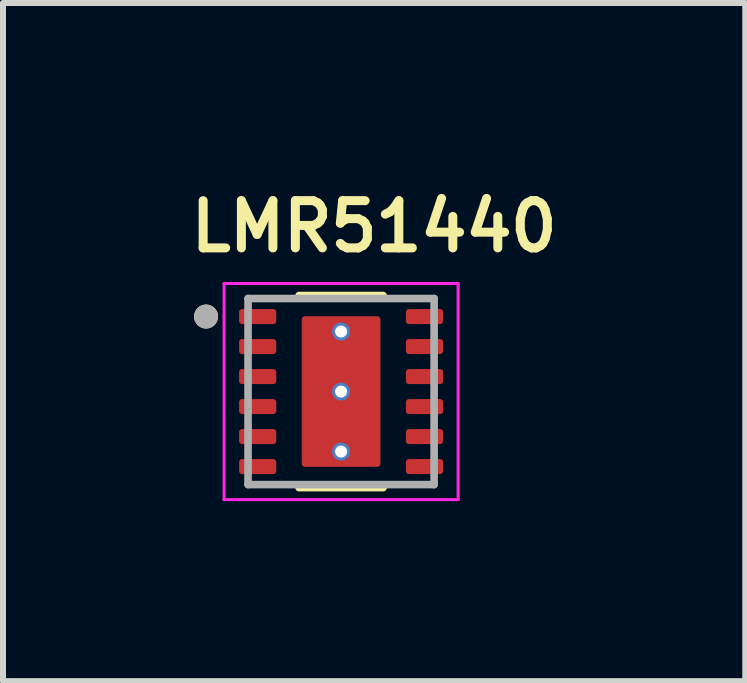
<source format=kicad_pcb>
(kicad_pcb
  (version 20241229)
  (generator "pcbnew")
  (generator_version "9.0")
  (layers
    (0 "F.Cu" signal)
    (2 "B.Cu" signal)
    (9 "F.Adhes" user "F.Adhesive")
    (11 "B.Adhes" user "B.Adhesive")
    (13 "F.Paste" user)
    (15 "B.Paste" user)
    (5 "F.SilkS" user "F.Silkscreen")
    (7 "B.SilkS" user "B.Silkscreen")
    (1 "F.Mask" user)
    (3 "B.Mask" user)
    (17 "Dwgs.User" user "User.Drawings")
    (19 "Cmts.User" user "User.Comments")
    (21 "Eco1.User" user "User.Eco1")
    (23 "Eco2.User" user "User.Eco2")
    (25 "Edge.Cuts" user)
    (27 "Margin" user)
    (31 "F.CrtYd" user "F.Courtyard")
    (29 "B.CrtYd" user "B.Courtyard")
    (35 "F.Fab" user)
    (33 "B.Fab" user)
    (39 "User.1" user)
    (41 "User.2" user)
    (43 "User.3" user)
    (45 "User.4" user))
  (footprint "LMR51440"
    (layer "F.Cu")
    (at 2.633 3.474)
    (property "Reference" "LMR51440" (at 0.55 -2.75 0) (layer "F.SilkS") (effects (font (size 0.787 0.787) (thickness 0.15))))
    (attr smd)
    (fp_poly (pts (xy -1.645 -0.94) (xy -1.135 -0.94) (xy -1.129 -0.94) (xy -1.122 -0.939) (xy -1.116 -0.939) (xy -1.11 -0.937) (xy -1.104 -0.936) (xy -1.098 -0.934) (xy -1.092 -0.932) (xy -1.086 -0.93) (xy -1.081 -0.927) (xy -1.075 -0.924) (xy -1.07 -0.921) (xy -1.064 -0.917) (xy -1.059 -0.913) (xy -1.055 -0.909) (xy -1.05 -0.905) (xy -1.046 -0.9) (xy -1.042 -0.896) (xy -1.038 -0.891) (xy -1.034 -0.885) (xy -1.031 -0.88) (xy -1.028 -0.874) (xy -1.025 -0.869) (xy -1.023 -0.863) (xy -1.021 -0.857) (xy -1.019 -0.851) (xy -1.018 -0.845) (xy -1.016 -0.839) (xy -1.016 -0.833) (xy -1.015 -0.826) (xy -1.015 -0.82) (xy -1.015 -0.68) (xy -1.015 -0.674) (xy -1.016 -0.667) (xy -1.016 -0.661) (xy -1.018 -0.655) (xy -1.019 -0.649) (xy -1.021 -0.643) (xy -1.023 -0.637) (xy -1.025 -0.631) (xy -1.028 -0.626) (xy -1.031 -0.62) (xy -1.034 -0.615) (xy -1.038 -0.609) (xy -1.042 -0.604) (xy -1.046 -0.6) (xy -1.05 -0.595) (xy -1.055 -0.591) (xy -1.059 -0.587) (xy -1.064 -0.583) (xy -1.07 -0.579) (xy -1.075 -0.576) (xy -1.081 -0.573) (xy -1.086 -0.57) (xy -1.092 -0.568) (xy -1.098 -0.566) (xy -1.104 -0.564) (xy -1.11 -0.563) (xy -1.116 -0.561) (xy -1.122 -0.561) (xy -1.129 -0.56) (xy -1.135 -0.56) (xy -1.645 -0.56) (xy -1.651 -0.56) (xy -1.658 -0.561) (xy -1.664 -0.561) (xy -1.67 -0.563) (xy -1.676 -0.564) (xy -1.682 -0.566) (xy -1.688 -0.568) (xy -1.694 -0.57) (xy -1.699 -0.573) (xy -1.705 -0.576) (xy -1.71 -0.579) (xy -1.716 -0.583) (xy -1.721 -0.587) (xy -1.725 -0.591) (xy -1.73 -0.595) (xy -1.734 -0.6) (xy -1.738 -0.604) (xy -1.742 -0.609) (xy -1.746 -0.615) (xy -1.749 -0.62) (xy -1.752 -0.626) (xy -1.755 -0.631) (xy -1.757 -0.637) (xy -1.759 -0.643) (xy -1.761 -0.649) (xy -1.762 -0.655) (xy -1.764 -0.661) (xy -1.764 -0.667) (xy -1.765 -0.674) (xy -1.765 -0.68) (xy -1.765 -0.82) (xy -1.765 -0.826) (xy -1.764 -0.833) (xy -1.764 -0.839) (xy -1.762 -0.845) (xy -1.761 -0.851) (xy -1.759 -0.857) (xy -1.757 -0.863) (xy -1.755 -0.869) (xy -1.752 -0.874) (xy -1.749 -0.88) (xy -1.746 -0.885) (xy -1.742 -0.891) (xy -1.738 -0.896) (xy -1.734 -0.9) (xy -1.73 -0.905) (xy -1.725 -0.909) (xy -1.721 -0.913) (xy -1.716 -0.917) (xy -1.71 -0.921) (xy -1.705 -0.924) (xy -1.699 -0.927) (xy -1.694 -0.93) (xy -1.688 -0.932) (xy -1.682 -0.934) (xy -1.676 -0.936) (xy -1.67 -0.937) (xy -1.664 -0.939) (xy -1.658 -0.939) (xy -1.651 -0.94) (xy -1.645 -0.94)) (stroke (width 0.01) (type solid)) (fill yes) (layer "F.Mask"))
    (fp_poly (pts (xy -1.645 -0.44) (xy -1.135 -0.44) (xy -1.129 -0.44) (xy -1.122 -0.439) (xy -1.116 -0.439) (xy -1.11 -0.437) (xy -1.104 -0.436) (xy -1.098 -0.434) (xy -1.092 -0.432) (xy -1.086 -0.43) (xy -1.081 -0.427) (xy -1.075 -0.424) (xy -1.07 -0.421) (xy -1.064 -0.417) (xy -1.059 -0.413) (xy -1.055 -0.409) (xy -1.05 -0.405) (xy -1.046 -0.4) (xy -1.042 -0.396) (xy -1.038 -0.391) (xy -1.034 -0.385) (xy -1.031 -0.38) (xy -1.028 -0.374) (xy -1.025 -0.369) (xy -1.023 -0.363) (xy -1.021 -0.357) (xy -1.019 -0.351) (xy -1.018 -0.345) (xy -1.016 -0.339) (xy -1.016 -0.333) (xy -1.015 -0.326) (xy -1.015 -0.32) (xy -1.015 -0.18) (xy -1.015 -0.174) (xy -1.016 -0.167) (xy -1.016 -0.161) (xy -1.018 -0.155) (xy -1.019 -0.149) (xy -1.021 -0.143) (xy -1.023 -0.137) (xy -1.025 -0.131) (xy -1.028 -0.126) (xy -1.031 -0.12) (xy -1.034 -0.115) (xy -1.038 -0.109) (xy -1.042 -0.104) (xy -1.046 -0.1) (xy -1.05 -0.095) (xy -1.055 -0.091) (xy -1.059 -0.087) (xy -1.064 -0.083) (xy -1.07 -0.079) (xy -1.075 -0.076) (xy -1.081 -0.073) (xy -1.086 -0.07) (xy -1.092 -0.068) (xy -1.098 -0.066) (xy -1.104 -0.064) (xy -1.11 -0.063) (xy -1.116 -0.061) (xy -1.122 -0.061) (xy -1.129 -0.06) (xy -1.135 -0.06) (xy -1.645 -0.06) (xy -1.651 -0.06) (xy -1.658 -0.061) (xy -1.664 -0.061) (xy -1.67 -0.063) (xy -1.676 -0.064) (xy -1.682 -0.066) (xy -1.688 -0.068) (xy -1.694 -0.07) (xy -1.699 -0.073) (xy -1.705 -0.076) (xy -1.71 -0.079) (xy -1.716 -0.083) (xy -1.721 -0.087) (xy -1.725 -0.091) (xy -1.73 -0.095) (xy -1.734 -0.1) (xy -1.738 -0.104) (xy -1.742 -0.109) (xy -1.746 -0.115) (xy -1.749 -0.12) (xy -1.752 -0.126) (xy -1.755 -0.131) (xy -1.757 -0.137) (xy -1.759 -0.143) (xy -1.761 -0.149) (xy -1.762 -0.155) (xy -1.764 -0.161) (xy -1.764 -0.167) (xy -1.765 -0.174) (xy -1.765 -0.18) (xy -1.765 -0.32) (xy -1.765 -0.326) (xy -1.764 -0.333) (xy -1.764 -0.339) (xy -1.762 -0.345) (xy -1.761 -0.351) (xy -1.759 -0.357) (xy -1.757 -0.363) (xy -1.755 -0.369) (xy -1.752 -0.374) (xy -1.749 -0.38) (xy -1.746 -0.385) (xy -1.742 -0.391) (xy -1.738 -0.396) (xy -1.734 -0.4) (xy -1.73 -0.405) (xy -1.725 -0.409) (xy -1.721 -0.413) (xy -1.716 -0.417) (xy -1.71 -0.421) (xy -1.705 -0.424) (xy -1.699 -0.427) (xy -1.694 -0.43) (xy -1.688 -0.432) (xy -1.682 -0.434) (xy -1.676 -0.436) (xy -1.67 -0.437) (xy -1.664 -0.439) (xy -1.658 -0.439) (xy -1.651 -0.44) (xy -1.645 -0.44)) (stroke (width 0.01) (type solid)) (fill yes) (layer "F.Mask"))
    (fp_poly (pts (xy -1.645 0.56) (xy -1.135 0.56) (xy -1.129 0.56) (xy -1.122 0.561) (xy -1.116 0.561) (xy -1.11 0.563) (xy -1.104 0.564) (xy -1.098 0.566) (xy -1.092 0.568) (xy -1.086 0.57) (xy -1.081 0.573) (xy -1.075 0.576) (xy -1.07 0.579) (xy -1.064 0.583) (xy -1.059 0.587) (xy -1.055 0.591) (xy -1.05 0.595) (xy -1.046 0.6) (xy -1.042 0.604) (xy -1.038 0.609) (xy -1.034 0.615) (xy -1.031 0.62) (xy -1.028 0.626) (xy -1.025 0.631) (xy -1.023 0.637) (xy -1.021 0.643) (xy -1.019 0.649) (xy -1.018 0.655) (xy -1.016 0.661) (xy -1.016 0.667) (xy -1.015 0.674) (xy -1.015 0.68) (xy -1.015 0.82) (xy -1.015 0.826) (xy -1.016 0.833) (xy -1.016 0.839) (xy -1.018 0.845) (xy -1.019 0.851) (xy -1.021 0.857) (xy -1.023 0.863) (xy -1.025 0.869) (xy -1.028 0.874) (xy -1.031 0.88) (xy -1.034 0.885) (xy -1.038 0.891) (xy -1.042 0.896) (xy -1.046 0.9) (xy -1.05 0.905) (xy -1.055 0.909) (xy -1.059 0.913) (xy -1.064 0.917) (xy -1.07 0.921) (xy -1.075 0.924) (xy -1.081 0.927) (xy -1.086 0.93) (xy -1.092 0.932) (xy -1.098 0.934) (xy -1.104 0.936) (xy -1.11 0.937) (xy -1.116 0.939) (xy -1.122 0.939) (xy -1.129 0.94) (xy -1.135 0.94) (xy -1.645 0.94) (xy -1.651 0.94) (xy -1.658 0.939) (xy -1.664 0.939) (xy -1.67 0.937) (xy -1.676 0.936) (xy -1.682 0.934) (xy -1.688 0.932) (xy -1.694 0.93) (xy -1.699 0.927) (xy -1.705 0.924) (xy -1.71 0.921) (xy -1.716 0.917) (xy -1.721 0.913) (xy -1.725 0.909) (xy -1.73 0.905) (xy -1.734 0.9) (xy -1.738 0.896) (xy -1.742 0.891) (xy -1.746 0.885) (xy -1.749 0.88) (xy -1.752 0.874) (xy -1.755 0.869) (xy -1.757 0.863) (xy -1.759 0.857) (xy -1.761 0.851) (xy -1.762 0.845) (xy -1.764 0.839) (xy -1.764 0.833) (xy -1.765 0.826) (xy -1.765 0.82) (xy -1.765 0.68) (xy -1.765 0.674) (xy -1.764 0.667) (xy -1.764 0.661) (xy -1.762 0.655) (xy -1.761 0.649) (xy -1.759 0.643) (xy -1.757 0.637) (xy -1.755 0.631) (xy -1.752 0.626) (xy -1.749 0.62) (xy -1.746 0.615) (xy -1.742 0.609) (xy -1.738 0.604) (xy -1.734 0.6) (xy -1.73 0.595) (xy -1.725 0.591) (xy -1.721 0.587) (xy -1.716 0.583) (xy -1.71 0.579) (xy -1.705 0.576) (xy -1.699 0.573) (xy -1.694 0.57) (xy -1.688 0.568) (xy -1.682 0.566) (xy -1.676 0.564) (xy -1.67 0.563) (xy -1.664 0.561) (xy -1.658 0.561) (xy -1.651 0.56) (xy -1.645 0.56)) (stroke (width 0.01) (type solid)) (fill yes) (layer "F.Mask"))
    (fp_poly (pts (xy -1.645 1.06) (xy -1.135 1.06) (xy -1.129 1.06) (xy -1.122 1.061) (xy -1.116 1.061) (xy -1.11 1.063) (xy -1.104 1.064) (xy -1.098 1.066) (xy -1.092 1.068) (xy -1.086 1.07) (xy -1.081 1.073) (xy -1.075 1.076) (xy -1.07 1.079) (xy -1.064 1.083) (xy -1.059 1.087) (xy -1.055 1.091) (xy -1.05 1.095) (xy -1.046 1.1) (xy -1.042 1.104) (xy -1.038 1.109) (xy -1.034 1.115) (xy -1.031 1.12) (xy -1.028 1.126) (xy -1.025 1.131) (xy -1.023 1.137) (xy -1.021 1.143) (xy -1.019 1.149) (xy -1.018 1.155) (xy -1.016 1.161) (xy -1.016 1.167) (xy -1.015 1.174) (xy -1.015 1.18) (xy -1.015 1.32) (xy -1.015 1.326) (xy -1.016 1.333) (xy -1.016 1.339) (xy -1.018 1.345) (xy -1.019 1.351) (xy -1.021 1.357) (xy -1.023 1.363) (xy -1.025 1.369) (xy -1.028 1.374) (xy -1.031 1.38) (xy -1.034 1.385) (xy -1.038 1.391) (xy -1.042 1.396) (xy -1.046 1.4) (xy -1.05 1.405) (xy -1.055 1.409) (xy -1.059 1.413) (xy -1.064 1.417) (xy -1.07 1.421) (xy -1.075 1.424) (xy -1.081 1.427) (xy -1.086 1.43) (xy -1.092 1.432) (xy -1.098 1.434) (xy -1.104 1.436) (xy -1.11 1.437) (xy -1.116 1.439) (xy -1.122 1.439) (xy -1.129 1.44) (xy -1.135 1.44) (xy -1.645 1.44) (xy -1.651 1.44) (xy -1.658 1.439) (xy -1.664 1.439) (xy -1.67 1.437) (xy -1.676 1.436) (xy -1.682 1.434) (xy -1.688 1.432) (xy -1.694 1.43) (xy -1.699 1.427) (xy -1.705 1.424) (xy -1.71 1.421) (xy -1.716 1.417) (xy -1.721 1.413) (xy -1.725 1.409) (xy -1.73 1.405) (xy -1.734 1.4) (xy -1.738 1.396) (xy -1.742 1.391) (xy -1.746 1.385) (xy -1.749 1.38) (xy -1.752 1.374) (xy -1.755 1.369) (xy -1.757 1.363) (xy -1.759 1.357) (xy -1.761 1.351) (xy -1.762 1.345) (xy -1.764 1.339) (xy -1.764 1.333) (xy -1.765 1.326) (xy -1.765 1.32) (xy -1.765 1.18) (xy -1.765 1.174) (xy -1.764 1.167) (xy -1.764 1.161) (xy -1.762 1.155) (xy -1.761 1.149) (xy -1.759 1.143) (xy -1.757 1.137) (xy -1.755 1.131) (xy -1.752 1.126) (xy -1.749 1.12) (xy -1.746 1.115) (xy -1.742 1.109) (xy -1.738 1.104) (xy -1.734 1.1) (xy -1.73 1.095) (xy -1.725 1.091) (xy -1.721 1.087) (xy -1.716 1.083) (xy -1.71 1.079) (xy -1.705 1.076) (xy -1.699 1.073) (xy -1.694 1.07) (xy -1.688 1.068) (xy -1.682 1.066) (xy -1.676 1.064) (xy -1.67 1.063) (xy -1.664 1.061) (xy -1.658 1.061) (xy -1.651 1.06) (xy -1.645 1.06)) (stroke (width 0.01) (type solid)) (fill yes) (layer "F.Mask"))
    (fp_poly (pts (xy -1.015 -1.32) (xy -1.015 -1.18) (xy -1.015 -1.174) (xy -1.016 -1.167) (xy -1.016 -1.161) (xy -1.018 -1.155) (xy -1.019 -1.149) (xy -1.021 -1.143) (xy -1.023 -1.137) (xy -1.025 -1.131) (xy -1.028 -1.126) (xy -1.031 -1.12) (xy -1.034 -1.115) (xy -1.038 -1.109) (xy -1.042 -1.104) (xy -1.046 -1.1) (xy -1.05 -1.095) (xy -1.055 -1.091) (xy -1.059 -1.087) (xy -1.064 -1.083) (xy -1.07 -1.079) (xy -1.075 -1.076) (xy -1.081 -1.073) (xy -1.086 -1.07) (xy -1.092 -1.068) (xy -1.098 -1.066) (xy -1.104 -1.064) (xy -1.11 -1.063) (xy -1.116 -1.061) (xy -1.122 -1.061) (xy -1.129 -1.06) (xy -1.135 -1.06) (xy -1.645 -1.06) (xy -1.651 -1.06) (xy -1.658 -1.061) (xy -1.664 -1.061) (xy -1.67 -1.063) (xy -1.676 -1.064) (xy -1.682 -1.066) (xy -1.688 -1.068) (xy -1.694 -1.07) (xy -1.699 -1.073) (xy -1.705 -1.076) (xy -1.71 -1.079) (xy -1.716 -1.083) (xy -1.721 -1.087) (xy -1.725 -1.091) (xy -1.73 -1.095) (xy -1.734 -1.1) (xy -1.738 -1.104) (xy -1.742 -1.109) (xy -1.746 -1.115) (xy -1.749 -1.12) (xy -1.752 -1.126) (xy -1.755 -1.131) (xy -1.757 -1.137) (xy -1.759 -1.143) (xy -1.761 -1.149) (xy -1.762 -1.155) (xy -1.764 -1.161) (xy -1.764 -1.167) (xy -1.765 -1.174) (xy -1.765 -1.18) (xy -1.765 -1.32) (xy -1.765 -1.326) (xy -1.764 -1.333) (xy -1.764 -1.339) (xy -1.762 -1.345) (xy -1.761 -1.351) (xy -1.759 -1.357) (xy -1.757 -1.363) (xy -1.755 -1.369) (xy -1.752 -1.374) (xy -1.749 -1.38) (xy -1.746 -1.385) (xy -1.742 -1.391) (xy -1.738 -1.396) (xy -1.734 -1.4) (xy -1.73 -1.405) (xy -1.725 -1.409) (xy -1.721 -1.413) (xy -1.716 -1.417) (xy -1.71 -1.421) (xy -1.705 -1.424) (xy -1.699 -1.427) (xy -1.694 -1.43) (xy -1.688 -1.432) (xy -1.682 -1.434) (xy -1.676 -1.436) (xy -1.67 -1.437) (xy -1.664 -1.439) (xy -1.658 -1.439) (xy -1.651 -1.44) (xy -1.645 -1.44) (xy -1.135 -1.44) (xy -1.129 -1.44) (xy -1.122 -1.439) (xy -1.116 -1.439) (xy -1.11 -1.437) (xy -1.104 -1.436) (xy -1.098 -1.434) (xy -1.092 -1.432) (xy -1.086 -1.43) (xy -1.081 -1.427) (xy -1.075 -1.424) (xy -1.07 -1.421) (xy -1.064 -1.417) (xy -1.059 -1.413) (xy -1.055 -1.409) (xy -1.05 -1.405) (xy -1.046 -1.4) (xy -1.042 -1.396) (xy -1.038 -1.391) (xy -1.034 -1.385) (xy -1.031 -1.38) (xy -1.028 -1.374) (xy -1.025 -1.369) (xy -1.023 -1.363) (xy -1.021 -1.357) (xy -1.019 -1.351) (xy -1.018 -1.345) (xy -1.016 -1.339) (xy -1.016 -1.333) (xy -1.015 -1.326) (xy -1.015 -1.32)) (stroke (width 0.01) (type solid)) (fill yes) (layer "F.Mask"))
    (fp_poly (pts (xy -1.015 0.18) (xy -1.015 0.32) (xy -1.015 0.326) (xy -1.016 0.333) (xy -1.016 0.339) (xy -1.018 0.345) (xy -1.019 0.351) (xy -1.021 0.357) (xy -1.023 0.363) (xy -1.025 0.369) (xy -1.028 0.374) (xy -1.031 0.38) (xy -1.034 0.385) (xy -1.038 0.391) (xy -1.042 0.396) (xy -1.046 0.4) (xy -1.05 0.405) (xy -1.055 0.409) (xy -1.059 0.413) (xy -1.064 0.417) (xy -1.07 0.421) (xy -1.075 0.424) (xy -1.081 0.427) (xy -1.086 0.43) (xy -1.092 0.432) (xy -1.098 0.434) (xy -1.104 0.436) (xy -1.11 0.437) (xy -1.116 0.439) (xy -1.122 0.439) (xy -1.129 0.44) (xy -1.135 0.44) (xy -1.645 0.44) (xy -1.651 0.44) (xy -1.658 0.439) (xy -1.664 0.439) (xy -1.67 0.437) (xy -1.676 0.436) (xy -1.682 0.434) (xy -1.688 0.432) (xy -1.694 0.43) (xy -1.699 0.427) (xy -1.705 0.424) (xy -1.71 0.421) (xy -1.716 0.417) (xy -1.721 0.413) (xy -1.725 0.409) (xy -1.73 0.405) (xy -1.734 0.4) (xy -1.738 0.396) (xy -1.742 0.391) (xy -1.746 0.385) (xy -1.749 0.38) (xy -1.752 0.374) (xy -1.755 0.369) (xy -1.757 0.363) (xy -1.759 0.357) (xy -1.761 0.351) (xy -1.762 0.345) (xy -1.764 0.339) (xy -1.764 0.333) (xy -1.765 0.326) (xy -1.765 0.32) (xy -1.765 0.18) (xy -1.765 0.174) (xy -1.764 0.167) (xy -1.764 0.161) (xy -1.762 0.155) (xy -1.761 0.149) (xy -1.759 0.143) (xy -1.757 0.137) (xy -1.755 0.131) (xy -1.752 0.126) (xy -1.749 0.12) (xy -1.746 0.115) (xy -1.742 0.109) (xy -1.738 0.104) (xy -1.734 0.1) (xy -1.73 0.095) (xy -1.725 0.091) (xy -1.721 0.087) (xy -1.716 0.083) (xy -1.71 0.079) (xy -1.705 0.076) (xy -1.699 0.073) (xy -1.694 0.07) (xy -1.688 0.068) (xy -1.682 0.066) (xy -1.676 0.064) (xy -1.67 0.063) (xy -1.664 0.061) (xy -1.658 0.061) (xy -1.651 0.06) (xy -1.645 0.06) (xy -1.135 0.06) (xy -1.129 0.06) (xy -1.122 0.061) (xy -1.116 0.061) (xy -1.11 0.063) (xy -1.104 0.064) (xy -1.098 0.066) (xy -1.092 0.068) (xy -1.086 0.07) (xy -1.081 0.073) (xy -1.075 0.076) (xy -1.07 0.079) (xy -1.064 0.083) (xy -1.059 0.087) (xy -1.055 0.091) (xy -1.05 0.095) (xy -1.046 0.1) (xy -1.042 0.104) (xy -1.038 0.109) (xy -1.034 0.115) (xy -1.031 0.12) (xy -1.028 0.126) (xy -1.025 0.131) (xy -1.023 0.137) (xy -1.021 0.143) (xy -1.019 0.149) (xy -1.018 0.155) (xy -1.016 0.161) (xy -1.016 0.167) (xy -1.015 0.174) (xy -1.015 0.18)) (stroke (width 0.01) (type solid)) (fill yes) (layer "F.Mask"))
    (fp_poly (pts (xy -0.6 -1.32) (xy -0.606 -1.32) (xy -0.613 -1.319) (xy -0.619 -1.319) (xy -0.625 -1.317) (xy -0.631 -1.316) (xy -0.637 -1.314) (xy -0.643 -1.312) (xy -0.649 -1.31) (xy -0.654 -1.307) (xy -0.66 -1.304) (xy -0.665 -1.301) (xy -0.671 -1.297) (xy -0.676 -1.293) (xy -0.68 -1.289) (xy -0.685 -1.285) (xy -0.689 -1.28) (xy -0.693 -1.276) (xy -0.697 -1.271) (xy -0.701 -1.265) (xy -0.704 -1.26) (xy -0.707 -1.254) (xy -0.71 -1.249) (xy -0.712 -1.243) (xy -0.714 -1.237) (xy -0.716 -1.231) (xy -0.717 -1.225) (xy -0.719 -1.219) (xy -0.719 -1.213) (xy -0.72 -1.206) (xy -0.72 -1.2) (xy -0.72 1.2) (xy -0.72 1.206) (xy -0.719 1.213) (xy -0.719 1.219) (xy -0.717 1.225) (xy -0.716 1.231) (xy -0.714 1.237) (xy -0.712 1.243) (xy -0.71 1.249) (xy -0.707 1.254) (xy -0.704 1.26) (xy -0.701 1.265) (xy -0.697 1.271) (xy -0.693 1.276) (xy -0.689 1.28) (xy -0.685 1.285) (xy -0.68 1.289) (xy -0.676 1.293) (xy -0.671 1.297) (xy -0.665 1.301) (xy -0.66 1.304) (xy -0.654 1.307) (xy -0.649 1.31) (xy -0.643 1.312) (xy -0.637 1.314) (xy -0.631 1.316) (xy -0.625 1.317) (xy -0.619 1.319) (xy -0.613 1.319) (xy -0.606 1.32) (xy -0.6 1.32) (xy 0.6 1.32) (xy 0.606 1.32) (xy 0.613 1.319) (xy 0.619 1.319) (xy 0.625 1.317) (xy 0.631 1.316) (xy 0.637 1.314) (xy 0.643 1.312) (xy 0.649 1.31) (xy 0.654 1.307) (xy 0.66 1.304) (xy 0.665 1.301) (xy 0.671 1.297) (xy 0.676 1.293) (xy 0.68 1.289) (xy 0.685 1.285) (xy 0.689 1.28) (xy 0.693 1.276) (xy 0.697 1.271) (xy 0.701 1.265) (xy 0.704 1.26) (xy 0.707 1.254) (xy 0.71 1.249) (xy 0.712 1.243) (xy 0.714 1.237) (xy 0.716 1.231) (xy 0.717 1.225) (xy 0.719 1.219) (xy 0.719 1.213) (xy 0.72 1.206) (xy 0.72 1.2) (xy 0.72 -1.2) (xy 0.72 -1.206) (xy 0.719 -1.213) (xy 0.719 -1.219) (xy 0.717 -1.225) (xy 0.716 -1.231) (xy 0.714 -1.237) (xy 0.712 -1.243) (xy 0.71 -1.249) (xy 0.707 -1.254) (xy 0.704 -1.26) (xy 0.701 -1.265) (xy 0.697 -1.271) (xy 0.693 -1.276) (xy 0.689 -1.28) (xy 0.685 -1.285) (xy 0.68 -1.289) (xy 0.676 -1.293) (xy 0.671 -1.297) (xy 0.665 -1.301) (xy 0.66 -1.304) (xy 0.654 -1.307) (xy 0.649 -1.31) (xy 0.643 -1.312) (xy 0.637 -1.314) (xy 0.631 -1.316) (xy 0.625 -1.317) (xy 0.619 -1.319) (xy 0.613 -1.319) (xy 0.606 -1.32) (xy 0.6 -1.32) (xy -0.6 -1.32)) (stroke (width 0.01) (type solid)) (fill yes) (layer "F.Mask"))
    (fp_poly (pts (xy 1.015 -1.32) (xy 1.015 -1.18) (xy 1.015 -1.174) (xy 1.016 -1.167) (xy 1.016 -1.161) (xy 1.018 -1.155) (xy 1.019 -1.149) (xy 1.021 -1.143) (xy 1.023 -1.137) (xy 1.025 -1.131) (xy 1.028 -1.126) (xy 1.031 -1.12) (xy 1.034 -1.115) (xy 1.038 -1.109) (xy 1.042 -1.104) (xy 1.046 -1.1) (xy 1.05 -1.095) (xy 1.055 -1.091) (xy 1.059 -1.087) (xy 1.064 -1.083) (xy 1.07 -1.079) (xy 1.075 -1.076) (xy 1.081 -1.073) (xy 1.086 -1.07) (xy 1.092 -1.068) (xy 1.098 -1.066) (xy 1.104 -1.064) (xy 1.11 -1.063) (xy 1.116 -1.061) (xy 1.122 -1.061) (xy 1.129 -1.06) (xy 1.135 -1.06) (xy 1.645 -1.06) (xy 1.651 -1.06) (xy 1.658 -1.061) (xy 1.664 -1.061) (xy 1.67 -1.063) (xy 1.676 -1.064) (xy 1.682 -1.066) (xy 1.688 -1.068) (xy 1.694 -1.07) (xy 1.699 -1.073) (xy 1.705 -1.076) (xy 1.71 -1.079) (xy 1.716 -1.083) (xy 1.721 -1.087) (xy 1.725 -1.091) (xy 1.73 -1.095) (xy 1.734 -1.1) (xy 1.738 -1.104) (xy 1.742 -1.109) (xy 1.746 -1.115) (xy 1.749 -1.12) (xy 1.752 -1.126) (xy 1.755 -1.131) (xy 1.757 -1.137) (xy 1.759 -1.143) (xy 1.761 -1.149) (xy 1.762 -1.155) (xy 1.764 -1.161) (xy 1.764 -1.167) (xy 1.765 -1.174) (xy 1.765 -1.18) (xy 1.765 -1.32) (xy 1.765 -1.326) (xy 1.764 -1.333) (xy 1.764 -1.339) (xy 1.762 -1.345) (xy 1.761 -1.351) (xy 1.759 -1.357) (xy 1.757 -1.363) (xy 1.755 -1.369) (xy 1.752 -1.374) (xy 1.749 -1.38) (xy 1.746 -1.385) (xy 1.742 -1.391) (xy 1.738 -1.396) (xy 1.734 -1.4) (xy 1.73 -1.405) (xy 1.725 -1.409) (xy 1.721 -1.413) (xy 1.716 -1.417) (xy 1.71 -1.421) (xy 1.705 -1.424) (xy 1.699 -1.427) (xy 1.694 -1.43) (xy 1.688 -1.432) (xy 1.682 -1.434) (xy 1.676 -1.436) (xy 1.67 -1.437) (xy 1.664 -1.439) (xy 1.658 -1.439) (xy 1.651 -1.44) (xy 1.645 -1.44) (xy 1.135 -1.44) (xy 1.129 -1.44) (xy 1.122 -1.439) (xy 1.116 -1.439) (xy 1.11 -1.437) (xy 1.104 -1.436) (xy 1.098 -1.434) (xy 1.092 -1.432) (xy 1.086 -1.43) (xy 1.081 -1.427) (xy 1.075 -1.424) (xy 1.07 -1.421) (xy 1.064 -1.417) (xy 1.059 -1.413) (xy 1.055 -1.409) (xy 1.05 -1.405) (xy 1.046 -1.4) (xy 1.042 -1.396) (xy 1.038 -1.391) (xy 1.034 -1.385) (xy 1.031 -1.38) (xy 1.028 -1.374) (xy 1.025 -1.369) (xy 1.023 -1.363) (xy 1.021 -1.357) (xy 1.019 -1.351) (xy 1.018 -1.345) (xy 1.016 -1.339) (xy 1.016 -1.333) (xy 1.015 -1.326) (xy 1.015 -1.32)) (stroke (width 0.01) (type solid)) (fill yes) (layer "F.Mask"))
    (fp_poly (pts (xy 1.015 0.18) (xy 1.015 0.32) (xy 1.015 0.326) (xy 1.016 0.333) (xy 1.016 0.339) (xy 1.018 0.345) (xy 1.019 0.351) (xy 1.021 0.357) (xy 1.023 0.363) (xy 1.025 0.369) (xy 1.028 0.374) (xy 1.031 0.38) (xy 1.034 0.385) (xy 1.038 0.391) (xy 1.042 0.396) (xy 1.046 0.4) (xy 1.05 0.405) (xy 1.055 0.409) (xy 1.059 0.413) (xy 1.064 0.417) (xy 1.07 0.421) (xy 1.075 0.424) (xy 1.081 0.427) (xy 1.086 0.43) (xy 1.092 0.432) (xy 1.098 0.434) (xy 1.104 0.436) (xy 1.11 0.437) (xy 1.116 0.439) (xy 1.122 0.439) (xy 1.129 0.44) (xy 1.135 0.44) (xy 1.645 0.44) (xy 1.651 0.44) (xy 1.658 0.439) (xy 1.664 0.439) (xy 1.67 0.437) (xy 1.676 0.436) (xy 1.682 0.434) (xy 1.688 0.432) (xy 1.694 0.43) (xy 1.699 0.427) (xy 1.705 0.424) (xy 1.71 0.421) (xy 1.716 0.417) (xy 1.721 0.413) (xy 1.725 0.409) (xy 1.73 0.405) (xy 1.734 0.4) (xy 1.738 0.396) (xy 1.742 0.391) (xy 1.746 0.385) (xy 1.749 0.38) (xy 1.752 0.374) (xy 1.755 0.369) (xy 1.757 0.363) (xy 1.759 0.357) (xy 1.761 0.351) (xy 1.762 0.345) (xy 1.764 0.339) (xy 1.764 0.333) (xy 1.765 0.326) (xy 1.765 0.32) (xy 1.765 0.18) (xy 1.765 0.174) (xy 1.764 0.167) (xy 1.764 0.161) (xy 1.762 0.155) (xy 1.761 0.149) (xy 1.759 0.143) (xy 1.757 0.137) (xy 1.755 0.131) (xy 1.752 0.126) (xy 1.749 0.12) (xy 1.746 0.115) (xy 1.742 0.109) (xy 1.738 0.104) (xy 1.734 0.1) (xy 1.73 0.095) (xy 1.725 0.091) (xy 1.721 0.087) (xy 1.716 0.083) (xy 1.71 0.079) (xy 1.705 0.076) (xy 1.699 0.073) (xy 1.694 0.07) (xy 1.688 0.068) (xy 1.682 0.066) (xy 1.676 0.064) (xy 1.67 0.063) (xy 1.664 0.061) (xy 1.658 0.061) (xy 1.651 0.06) (xy 1.645 0.06) (xy 1.135 0.06) (xy 1.129 0.06) (xy 1.122 0.061) (xy 1.116 0.061) (xy 1.11 0.063) (xy 1.104 0.064) (xy 1.098 0.066) (xy 1.092 0.068) (xy 1.086 0.07) (xy 1.081 0.073) (xy 1.075 0.076) (xy 1.07 0.079) (xy 1.064 0.083) (xy 1.059 0.087) (xy 1.055 0.091) (xy 1.05 0.095) (xy 1.046 0.1) (xy 1.042 0.104) (xy 1.038 0.109) (xy 1.034 0.115) (xy 1.031 0.12) (xy 1.028 0.126) (xy 1.025 0.131) (xy 1.023 0.137) (xy 1.021 0.143) (xy 1.019 0.149) (xy 1.018 0.155) (xy 1.016 0.161) (xy 1.016 0.167) (xy 1.015 0.174) (xy 1.015 0.18)) (stroke (width 0.01) (type solid)) (fill yes) (layer "F.Mask"))
    (fp_poly (pts (xy 1.645 -0.94) (xy 1.135 -0.94) (xy 1.129 -0.94) (xy 1.122 -0.939) (xy 1.116 -0.939) (xy 1.11 -0.937) (xy 1.104 -0.936) (xy 1.098 -0.934) (xy 1.092 -0.932) (xy 1.086 -0.93) (xy 1.081 -0.927) (xy 1.075 -0.924) (xy 1.07 -0.921) (xy 1.064 -0.917) (xy 1.059 -0.913) (xy 1.055 -0.909) (xy 1.05 -0.905) (xy 1.046 -0.9) (xy 1.042 -0.896) (xy 1.038 -0.891) (xy 1.034 -0.885) (xy 1.031 -0.88) (xy 1.028 -0.874) (xy 1.025 -0.869) (xy 1.023 -0.863) (xy 1.021 -0.857) (xy 1.019 -0.851) (xy 1.018 -0.845) (xy 1.016 -0.839) (xy 1.016 -0.833) (xy 1.015 -0.826) (xy 1.015 -0.82) (xy 1.015 -0.68) (xy 1.015 -0.674) (xy 1.016 -0.667) (xy 1.016 -0.661) (xy 1.018 -0.655) (xy 1.019 -0.649) (xy 1.021 -0.643) (xy 1.023 -0.637) (xy 1.025 -0.631) (xy 1.028 -0.626) (xy 1.031 -0.62) (xy 1.034 -0.615) (xy 1.038 -0.609) (xy 1.042 -0.604) (xy 1.046 -0.6) (xy 1.05 -0.595) (xy 1.055 -0.591) (xy 1.059 -0.587) (xy 1.064 -0.583) (xy 1.07 -0.579) (xy 1.075 -0.576) (xy 1.081 -0.573) (xy 1.086 -0.57) (xy 1.092 -0.568) (xy 1.098 -0.566) (xy 1.104 -0.564) (xy 1.11 -0.563) (xy 1.116 -0.561) (xy 1.122 -0.561) (xy 1.129 -0.56) (xy 1.135 -0.56) (xy 1.645 -0.56) (xy 1.651 -0.56) (xy 1.658 -0.561) (xy 1.664 -0.561) (xy 1.67 -0.563) (xy 1.676 -0.564) (xy 1.682 -0.566) (xy 1.688 -0.568) (xy 1.694 -0.57) (xy 1.699 -0.573) (xy 1.705 -0.576) (xy 1.71 -0.579) (xy 1.716 -0.583) (xy 1.721 -0.587) (xy 1.725 -0.591) (xy 1.73 -0.595) (xy 1.734 -0.6) (xy 1.738 -0.604) (xy 1.742 -0.609) (xy 1.746 -0.615) (xy 1.749 -0.62) (xy 1.752 -0.626) (xy 1.755 -0.631) (xy 1.757 -0.637) (xy 1.759 -0.643) (xy 1.761 -0.649) (xy 1.762 -0.655) (xy 1.764 -0.661) (xy 1.764 -0.667) (xy 1.765 -0.674) (xy 1.765 -0.68) (xy 1.765 -0.82) (xy 1.765 -0.826) (xy 1.764 -0.833) (xy 1.764 -0.839) (xy 1.762 -0.845) (xy 1.761 -0.851) (xy 1.759 -0.857) (xy 1.757 -0.863) (xy 1.755 -0.869) (xy 1.752 -0.874) (xy 1.749 -0.88) (xy 1.746 -0.885) (xy 1.742 -0.891) (xy 1.738 -0.896) (xy 1.734 -0.9) (xy 1.73 -0.905) (xy 1.725 -0.909) (xy 1.721 -0.913) (xy 1.716 -0.917) (xy 1.71 -0.921) (xy 1.705 -0.924) (xy 1.699 -0.927) (xy 1.694 -0.93) (xy 1.688 -0.932) (xy 1.682 -0.934) (xy 1.676 -0.936) (xy 1.67 -0.937) (xy 1.664 -0.939) (xy 1.658 -0.939) (xy 1.651 -0.94) (xy 1.645 -0.94)) (stroke (width 0.01) (type solid)) (fill yes) (layer "F.Mask"))
    (fp_poly (pts (xy 1.645 -0.44) (xy 1.135 -0.44) (xy 1.129 -0.44) (xy 1.122 -0.439) (xy 1.116 -0.439) (xy 1.11 -0.437) (xy 1.104 -0.436) (xy 1.098 -0.434) (xy 1.092 -0.432) (xy 1.086 -0.43) (xy 1.081 -0.427) (xy 1.075 -0.424) (xy 1.07 -0.421) (xy 1.064 -0.417) (xy 1.059 -0.413) (xy 1.055 -0.409) (xy 1.05 -0.405) (xy 1.046 -0.4) (xy 1.042 -0.396) (xy 1.038 -0.391) (xy 1.034 -0.385) (xy 1.031 -0.38) (xy 1.028 -0.374) (xy 1.025 -0.369) (xy 1.023 -0.363) (xy 1.021 -0.357) (xy 1.019 -0.351) (xy 1.018 -0.345) (xy 1.016 -0.339) (xy 1.016 -0.333) (xy 1.015 -0.326) (xy 1.015 -0.32) (xy 1.015 -0.18) (xy 1.015 -0.174) (xy 1.016 -0.167) (xy 1.016 -0.161) (xy 1.018 -0.155) (xy 1.019 -0.149) (xy 1.021 -0.143) (xy 1.023 -0.137) (xy 1.025 -0.131) (xy 1.028 -0.126) (xy 1.031 -0.12) (xy 1.034 -0.115) (xy 1.038 -0.109) (xy 1.042 -0.104) (xy 1.046 -0.1) (xy 1.05 -0.095) (xy 1.055 -0.091) (xy 1.059 -0.087) (xy 1.064 -0.083) (xy 1.07 -0.079) (xy 1.075 -0.076) (xy 1.081 -0.073) (xy 1.086 -0.07) (xy 1.092 -0.068) (xy 1.098 -0.066) (xy 1.104 -0.064) (xy 1.11 -0.063) (xy 1.116 -0.061) (xy 1.122 -0.061) (xy 1.129 -0.06) (xy 1.135 -0.06) (xy 1.645 -0.06) (xy 1.651 -0.06) (xy 1.658 -0.061) (xy 1.664 -0.061) (xy 1.67 -0.063) (xy 1.676 -0.064) (xy 1.682 -0.066) (xy 1.688 -0.068) (xy 1.694 -0.07) (xy 1.699 -0.073) (xy 1.705 -0.076) (xy 1.71 -0.079) (xy 1.716 -0.083) (xy 1.721 -0.087) (xy 1.725 -0.091) (xy 1.73 -0.095) (xy 1.734 -0.1) (xy 1.738 -0.104) (xy 1.742 -0.109) (xy 1.746 -0.115) (xy 1.749 -0.12) (xy 1.752 -0.126) (xy 1.755 -0.131) (xy 1.757 -0.137) (xy 1.759 -0.143) (xy 1.761 -0.149) (xy 1.762 -0.155) (xy 1.764 -0.161) (xy 1.764 -0.167) (xy 1.765 -0.174) (xy 1.765 -0.18) (xy 1.765 -0.32) (xy 1.765 -0.326) (xy 1.764 -0.333) (xy 1.764 -0.339) (xy 1.762 -0.345) (xy 1.761 -0.351) (xy 1.759 -0.357) (xy 1.757 -0.363) (xy 1.755 -0.369) (xy 1.752 -0.374) (xy 1.749 -0.38) (xy 1.746 -0.385) (xy 1.742 -0.391) (xy 1.738 -0.396) (xy 1.734 -0.4) (xy 1.73 -0.405) (xy 1.725 -0.409) (xy 1.721 -0.413) (xy 1.716 -0.417) (xy 1.71 -0.421) (xy 1.705 -0.424) (xy 1.699 -0.427) (xy 1.694 -0.43) (xy 1.688 -0.432) (xy 1.682 -0.434) (xy 1.676 -0.436) (xy 1.67 -0.437) (xy 1.664 -0.439) (xy 1.658 -0.439) (xy 1.651 -0.44) (xy 1.645 -0.44)) (stroke (width 0.01) (type solid)) (fill yes) (layer "F.Mask"))
    (fp_poly (pts (xy 1.645 0.56) (xy 1.135 0.56) (xy 1.129 0.56) (xy 1.122 0.561) (xy 1.116 0.561) (xy 1.11 0.563) (xy 1.104 0.564) (xy 1.098 0.566) (xy 1.092 0.568) (xy 1.086 0.57) (xy 1.081 0.573) (xy 1.075 0.576) (xy 1.07 0.579) (xy 1.064 0.583) (xy 1.059 0.587) (xy 1.055 0.591) (xy 1.05 0.595) (xy 1.046 0.6) (xy 1.042 0.604) (xy 1.038 0.609) (xy 1.034 0.615) (xy 1.031 0.62) (xy 1.028 0.626) (xy 1.025 0.631) (xy 1.023 0.637) (xy 1.021 0.643) (xy 1.019 0.649) (xy 1.018 0.655) (xy 1.016 0.661) (xy 1.016 0.667) (xy 1.015 0.674) (xy 1.015 0.68) (xy 1.015 0.82) (xy 1.015 0.826) (xy 1.016 0.833) (xy 1.016 0.839) (xy 1.018 0.845) (xy 1.019 0.851) (xy 1.021 0.857) (xy 1.023 0.863) (xy 1.025 0.869) (xy 1.028 0.874) (xy 1.031 0.88) (xy 1.034 0.885) (xy 1.038 0.891) (xy 1.042 0.896) (xy 1.046 0.9) (xy 1.05 0.905) (xy 1.055 0.909) (xy 1.059 0.913) (xy 1.064 0.917) (xy 1.07 0.921) (xy 1.075 0.924) (xy 1.081 0.927) (xy 1.086 0.93) (xy 1.092 0.932) (xy 1.098 0.934) (xy 1.104 0.936) (xy 1.11 0.937) (xy 1.116 0.939) (xy 1.122 0.939) (xy 1.129 0.94) (xy 1.135 0.94) (xy 1.645 0.94) (xy 1.651 0.94) (xy 1.658 0.939) (xy 1.664 0.939) (xy 1.67 0.937) (xy 1.676 0.936) (xy 1.682 0.934) (xy 1.688 0.932) (xy 1.694 0.93) (xy 1.699 0.927) (xy 1.705 0.924) (xy 1.71 0.921) (xy 1.716 0.917) (xy 1.721 0.913) (xy 1.725 0.909) (xy 1.73 0.905) (xy 1.734 0.9) (xy 1.738 0.896) (xy 1.742 0.891) (xy 1.746 0.885) (xy 1.749 0.88) (xy 1.752 0.874) (xy 1.755 0.869) (xy 1.757 0.863) (xy 1.759 0.857) (xy 1.761 0.851) (xy 1.762 0.845) (xy 1.764 0.839) (xy 1.764 0.833) (xy 1.765 0.826) (xy 1.765 0.82) (xy 1.765 0.68) (xy 1.765 0.674) (xy 1.764 0.667) (xy 1.764 0.661) (xy 1.762 0.655) (xy 1.761 0.649) (xy 1.759 0.643) (xy 1.757 0.637) (xy 1.755 0.631) (xy 1.752 0.626) (xy 1.749 0.62) (xy 1.746 0.615) (xy 1.742 0.609) (xy 1.738 0.604) (xy 1.734 0.6) (xy 1.73 0.595) (xy 1.725 0.591) (xy 1.721 0.587) (xy 1.716 0.583) (xy 1.71 0.579) (xy 1.705 0.576) (xy 1.699 0.573) (xy 1.694 0.57) (xy 1.688 0.568) (xy 1.682 0.566) (xy 1.676 0.564) (xy 1.67 0.563) (xy 1.664 0.561) (xy 1.658 0.561) (xy 1.651 0.56) (xy 1.645 0.56)) (stroke (width 0.01) (type solid)) (fill yes) (layer "F.Mask"))
    (fp_poly (pts (xy 1.645 1.06) (xy 1.135 1.06) (xy 1.129 1.06) (xy 1.122 1.061) (xy 1.116 1.061) (xy 1.11 1.063) (xy 1.104 1.064) (xy 1.098 1.066) (xy 1.092 1.068) (xy 1.086 1.07) (xy 1.081 1.073) (xy 1.075 1.076) (xy 1.07 1.079) (xy 1.064 1.083) (xy 1.059 1.087) (xy 1.055 1.091) (xy 1.05 1.095) (xy 1.046 1.1) (xy 1.042 1.104) (xy 1.038 1.109) (xy 1.034 1.115) (xy 1.031 1.12) (xy 1.028 1.126) (xy 1.025 1.131) (xy 1.023 1.137) (xy 1.021 1.143) (xy 1.019 1.149) (xy 1.018 1.155) (xy 1.016 1.161) (xy 1.016 1.167) (xy 1.015 1.174) (xy 1.015 1.18) (xy 1.015 1.32) (xy 1.015 1.326) (xy 1.016 1.333) (xy 1.016 1.339) (xy 1.018 1.345) (xy 1.019 1.351) (xy 1.021 1.357) (xy 1.023 1.363) (xy 1.025 1.369) (xy 1.028 1.374) (xy 1.031 1.38) (xy 1.034 1.385) (xy 1.038 1.391) (xy 1.042 1.396) (xy 1.046 1.4) (xy 1.05 1.405) (xy 1.055 1.409) (xy 1.059 1.413) (xy 1.064 1.417) (xy 1.07 1.421) (xy 1.075 1.424) (xy 1.081 1.427) (xy 1.086 1.43) (xy 1.092 1.432) (xy 1.098 1.434) (xy 1.104 1.436) (xy 1.11 1.437) (xy 1.116 1.439) (xy 1.122 1.439) (xy 1.129 1.44) (xy 1.135 1.44) (xy 1.645 1.44) (xy 1.651 1.44) (xy 1.658 1.439) (xy 1.664 1.439) (xy 1.67 1.437) (xy 1.676 1.436) (xy 1.682 1.434) (xy 1.688 1.432) (xy 1.694 1.43) (xy 1.699 1.427) (xy 1.705 1.424) (xy 1.71 1.421) (xy 1.716 1.417) (xy 1.721 1.413) (xy 1.725 1.409) (xy 1.73 1.405) (xy 1.734 1.4) (xy 1.738 1.396) (xy 1.742 1.391) (xy 1.746 1.385) (xy 1.749 1.38) (xy 1.752 1.374) (xy 1.755 1.369) (xy 1.757 1.363) (xy 1.759 1.357) (xy 1.761 1.351) (xy 1.762 1.345) (xy 1.764 1.339) (xy 1.764 1.333) (xy 1.765 1.326) (xy 1.765 1.32) (xy 1.765 1.18) (xy 1.765 1.174) (xy 1.764 1.167) (xy 1.764 1.161) (xy 1.762 1.155) (xy 1.761 1.149) (xy 1.759 1.143) (xy 1.757 1.137) (xy 1.755 1.131) (xy 1.752 1.126) (xy 1.749 1.12) (xy 1.746 1.115) (xy 1.742 1.109) (xy 1.738 1.104) (xy 1.734 1.1) (xy 1.73 1.095) (xy 1.725 1.091) (xy 1.721 1.087) (xy 1.716 1.083) (xy 1.71 1.079) (xy 1.705 1.076) (xy 1.699 1.073) (xy 1.694 1.07) (xy 1.688 1.068) (xy 1.682 1.066) (xy 1.676 1.064) (xy 1.67 1.063) (xy 1.664 1.061) (xy 1.658 1.061) (xy 1.651 1.06) (xy 1.645 1.06)) (stroke (width 0.01) (type solid)) (fill yes) (layer "F.Mask"))
    (fp_line (start -0.7 -1.6) (end 0.7 -1.6) (stroke (width 0.127) (type solid)) (layer "F.SilkS"))
    (fp_line (start -0.7 1.6) (end 0.7 1.6) (stroke (width 0.127) (type solid)) (layer "F.SilkS"))
    (fp_circle (center -2.25 -1.25) (end -2.15 -1.25) (stroke (width 0.2) (type solid)) (fill no) (layer "F.SilkS"))
    (fp_poly (pts (xy -0.605 -0.15) (xy -0.605 -0.147) (xy -0.605 -0.145) (xy -0.604 -0.142) (xy -0.604 -0.14) (xy -0.603 -0.137) (xy -0.603 -0.135) (xy -0.602 -0.132) (xy -0.601 -0.13) (xy -0.6 -0.127) (xy -0.598 -0.125) (xy -0.597 -0.123) (xy -0.595 -0.121) (xy -0.594 -0.119) (xy -0.592 -0.117) (xy -0.59 -0.115) (xy -0.588 -0.113) (xy -0.586 -0.111) (xy -0.584 -0.11) (xy -0.582 -0.108) (xy -0.58 -0.107) (xy -0.578 -0.105) (xy -0.575 -0.104) (xy -0.573 -0.103) (xy -0.57 -0.102) (xy -0.568 -0.102) (xy -0.565 -0.101) (xy -0.563 -0.101) (xy -0.56 -0.1) (xy -0.558 -0.1) (xy -0.555 -0.1) (xy 0.555 -0.1) (xy 0.558 -0.1) (xy 0.56 -0.1) (xy 0.563 -0.101) (xy 0.565 -0.101) (xy 0.568 -0.102) (xy 0.57 -0.102) (xy 0.573 -0.103) (xy 0.575 -0.104) (xy 0.578 -0.105) (xy 0.58 -0.107) (xy 0.582 -0.108) (xy 0.584 -0.11) (xy 0.586 -0.111) (xy 0.588 -0.113) (xy 0.59 -0.115) (xy 0.592 -0.117) (xy 0.594 -0.119) (xy 0.595 -0.121) (xy 0.597 -0.123) (xy 0.598 -0.125) (xy 0.6 -0.127) (xy 0.601 -0.13) (xy 0.602 -0.132) (xy 0.603 -0.135) (xy 0.603 -0.137) (xy 0.604 -0.14) (xy 0.604 -0.142) (xy 0.605 -0.145) (xy 0.605 -0.147) (xy 0.605 -0.15) (xy 0.605 -1.15) (xy 0.605 -1.153) (xy 0.605 -1.155) (xy 0.604 -1.158) (xy 0.604 -1.16) (xy 0.603 -1.163) (xy 0.603 -1.165) (xy 0.602 -1.168) (xy 0.601 -1.17) (xy 0.6 -1.173) (xy 0.598 -1.175) (xy 0.597 -1.177) (xy 0.595 -1.179) (xy 0.594 -1.181) (xy 0.592 -1.183) (xy 0.59 -1.185) (xy 0.588 -1.187) (xy 0.586 -1.189) (xy 0.584 -1.19) (xy 0.582 -1.192) (xy 0.58 -1.193) (xy 0.578 -1.195) (xy 0.575 -1.196) (xy 0.573 -1.197) (xy 0.57 -1.198) (xy 0.568 -1.198) (xy 0.565 -1.199) (xy 0.563 -1.199) (xy 0.56 -1.2) (xy 0.558 -1.2) (xy 0.555 -1.2) (xy -0.555 -1.2) (xy -0.558 -1.2) (xy -0.56 -1.2) (xy -0.563 -1.199) (xy -0.565 -1.199) (xy -0.568 -1.198) (xy -0.57 -1.198) (xy -0.573 -1.197) (xy -0.575 -1.196) (xy -0.578 -1.195) (xy -0.58 -1.193) (xy -0.582 -1.192) (xy -0.584 -1.19) (xy -0.586 -1.189) (xy -0.588 -1.187) (xy -0.59 -1.185) (xy -0.592 -1.183) (xy -0.594 -1.181) (xy -0.595 -1.179) (xy -0.597 -1.177) (xy -0.598 -1.175) (xy -0.6 -1.173) (xy -0.601 -1.17) (xy -0.602 -1.168) (xy -0.603 -1.165) (xy -0.603 -1.163) (xy -0.604 -1.16) (xy -0.604 -1.158) (xy -0.605 -1.155) (xy -0.605 -1.153) (xy -0.605 -1.15) (xy -0.605 -0.15)) (stroke (width 0.01) (type solid)) (fill yes) (layer "F.Paste"))
    (fp_poly (pts (xy -0.555 0.1) (xy -0.558 0.1) (xy -0.56 0.1) (xy -0.563 0.101) (xy -0.565 0.101) (xy -0.568 0.102) (xy -0.57 0.102) (xy -0.573 0.103) (xy -0.575 0.104) (xy -0.578 0.105) (xy -0.58 0.107) (xy -0.582 0.108) (xy -0.584 0.11) (xy -0.586 0.111) (xy -0.588 0.113) (xy -0.59 0.115) (xy -0.592 0.117) (xy -0.594 0.119) (xy -0.595 0.121) (xy -0.597 0.123) (xy -0.598 0.125) (xy -0.6 0.127) (xy -0.601 0.13) (xy -0.602 0.132) (xy -0.603 0.135) (xy -0.603 0.137) (xy -0.604 0.14) (xy -0.604 0.142) (xy -0.605 0.145) (xy -0.605 0.147) (xy -0.605 0.15) (xy -0.605 1.15) (xy -0.605 1.153) (xy -0.605 1.155) (xy -0.604 1.158) (xy -0.604 1.16) (xy -0.603 1.163) (xy -0.603 1.165) (xy -0.602 1.168) (xy -0.601 1.17) (xy -0.6 1.173) (xy -0.598 1.175) (xy -0.597 1.177) (xy -0.595 1.179) (xy -0.594 1.181) (xy -0.592 1.183) (xy -0.59 1.185) (xy -0.588 1.187) (xy -0.586 1.189) (xy -0.584 1.19) (xy -0.582 1.192) (xy -0.58 1.193) (xy -0.578 1.195) (xy -0.575 1.196) (xy -0.573 1.197) (xy -0.57 1.198) (xy -0.568 1.198) (xy -0.565 1.199) (xy -0.563 1.199) (xy -0.56 1.2) (xy -0.558 1.2) (xy -0.555 1.2) (xy 0.555 1.2) (xy 0.558 1.2) (xy 0.56 1.2) (xy 0.563 1.199) (xy 0.565 1.199) (xy 0.568 1.198) (xy 0.57 1.198) (xy 0.573 1.197) (xy 0.575 1.196) (xy 0.578 1.195) (xy 0.58 1.193) (xy 0.582 1.192) (xy 0.584 1.19) (xy 0.586 1.189) (xy 0.588 1.187) (xy 0.59 1.185) (xy 0.592 1.183) (xy 0.594 1.181) (xy 0.595 1.179) (xy 0.597 1.177) (xy 0.598 1.175) (xy 0.6 1.173) (xy 0.601 1.17) (xy 0.602 1.168) (xy 0.603 1.165) (xy 0.603 1.163) (xy 0.604 1.16) (xy 0.604 1.158) (xy 0.605 1.155) (xy 0.605 1.153) (xy 0.605 1.15) (xy 0.605 0.15) (xy 0.605 0.147) (xy 0.605 0.145) (xy 0.604 0.142) (xy 0.604 0.14) (xy 0.603 0.137) (xy 0.603 0.135) (xy 0.602 0.132) (xy 0.601 0.13) (xy 0.6 0.127) (xy 0.598 0.125) (xy 0.597 0.123) (xy 0.595 0.121) (xy 0.594 0.119) (xy 0.592 0.117) (xy 0.59 0.115) (xy 0.588 0.113) (xy 0.586 0.111) (xy 0.584 0.11) (xy 0.582 0.108) (xy 0.58 0.107) (xy 0.578 0.105) (xy 0.575 0.104) (xy 0.573 0.103) (xy 0.57 0.102) (xy 0.568 0.102) (xy 0.565 0.101) (xy 0.563 0.101) (xy 0.56 0.1) (xy 0.558 0.1) (xy 0.555 0.1) (xy -0.555 0.1)) (stroke (width 0.01) (type solid)) (fill yes) (layer "F.Paste"))
    (fp_line (start -1.95 -1.8) (end -1.95 1.8) (stroke (width 0.05) (type solid)) (layer "F.CrtYd"))
    (fp_line (start -1.95 1.8) (end 1.95 1.8) (stroke (width 0.05) (type solid)) (layer "F.CrtYd"))
    (fp_line (start 1.95 -1.8) (end -1.95 -1.8) (stroke (width 0.05) (type solid)) (layer "F.CrtYd"))
    (fp_line (start 1.95 1.8) (end 1.95 -1.8) (stroke (width 0.05) (type solid)) (layer "F.CrtYd"))
    (fp_line (start -1.55 -1.55) (end -1.55 1.55) (stroke (width 0.127) (type solid)) (layer "F.Fab"))
    (fp_line (start -1.55 -1.55) (end 1.55 -1.55) (stroke (width 0.127) (type solid)) (layer "F.Fab"))
    (fp_line (start -1.55 1.55) (end 1.55 1.55) (stroke (width 0.127) (type solid)) (layer "F.Fab"))
    (fp_line (start 1.55 -1.55) (end 1.55 1.55) (stroke (width 0.127) (type solid)) (layer "F.Fab"))
    (fp_circle (center -2.25 -1.25) (end -2.15 -1.25) (stroke (width 0.2) (type solid)) (fill no) (layer "F.Fab"))
    (pad "1" smd roundrect (at -1.39 -1.25) (size 0.62 0.25) (layers "F.Cu" "F.Paste") (roundrect_rratio 0.2))
    (pad "2" smd roundrect (at -1.39 -0.75) (size 0.62 0.25) (layers "F.Cu" "F.Paste") (roundrect_rratio 0.2))
    (pad "3" smd roundrect (at -1.39 -0.25) (size 0.62 0.25) (layers "F.Cu" "F.Paste") (roundrect_rratio 0.2))
    (pad "4" smd roundrect (at -1.39 0.25) (size 0.62 0.25) (layers "F.Cu" "F.Paste") (roundrect_rratio 0.2))
    (pad "5" smd roundrect (at -1.39 0.75) (size 0.62 0.25) (layers "F.Cu" "F.Paste") (roundrect_rratio 0.2))
    (pad "6" smd roundrect (at -1.39 1.25) (size 0.62 0.25) (layers "F.Cu" "F.Paste") (roundrect_rratio 0.2))
    (pad "7" smd roundrect (at 1.39 1.25) (size 0.62 0.25) (layers "F.Cu" "F.Paste") (roundrect_rratio 0.2))
    (pad "8" smd roundrect (at 1.39 0.75) (size 0.62 0.25) (layers "F.Cu" "F.Paste") (roundrect_rratio 0.2))
    (pad "9" smd roundrect (at 1.39 0.25) (size 0.62 0.25) (layers "F.Cu" "F.Paste") (roundrect_rratio 0.2))
    (pad "10" smd roundrect (at 1.39 -0.25) (size 0.62 0.25) (layers "F.Cu" "F.Paste") (roundrect_rratio 0.2))
    (pad "11" smd roundrect (at 1.39 -0.75) (size 0.62 0.25) (layers "F.Cu" "F.Paste") (roundrect_rratio 0.2))
    (pad "12" smd roundrect (at 1.39 -1.25) (size 0.62 0.25) (layers "F.Cu" "F.Paste") (roundrect_rratio 0.2))
    (pad "13" smd custom (at 0 0) (size 0.5 0.5) (layers "F.Cu") (options (anchor rect)) (primitives (gr_poly (pts (xy -0.6 -1.25) (xy -0.603 -1.25) (xy -0.605 -1.25) (xy -0.608 -1.249) (xy -0.61 -1.249) (xy -0.613 -1.248) (xy -0.615 -1.248) (xy -0.618 -1.247) (xy -0.62 -1.246) (xy -0.623 -1.245) (xy -0.625 -1.243) (xy -0.627 -1.242) (xy -0.629 -1.24) (xy -0.631 -1.239) (xy -0.633 -1.237) (xy -0.635 -1.235) (xy -0.637 -1.233) (xy -0.639 -1.231) (xy -0.64 -1.229) (xy -0.642 -1.227) (xy -0.643 -1.225) (xy -0.645 -1.223) (xy -0.646 -1.22) (xy -0.647 -1.218) (xy -0.648 -1.215) (xy -0.648 -1.213) (xy -0.649 -1.21) (xy -0.649 -1.208) (xy -0.65 -1.205) (xy -0.65 -1.203) (xy -0.65 -1.2) (xy -0.65 1.2) (xy -0.65 1.203) (xy -0.65 1.205) (xy -0.649 1.208) (xy -0.649 1.21) (xy -0.648 1.213) (xy -0.648 1.215) (xy -0.647 1.218) (xy -0.646 1.22) (xy -0.645 1.223) (xy -0.643 1.225) (xy -0.642 1.227) (xy -0.64 1.229) (xy -0.639 1.231) (xy -0.637 1.233) (xy -0.635 1.235) (xy -0.633 1.237) (xy -0.631 1.239) (xy -0.629 1.24) (xy -0.627 1.242) (xy -0.625 1.243) (xy -0.623 1.245) (xy -0.62 1.246) (xy -0.618 1.247) (xy -0.615 1.248) (xy -0.613 1.248) (xy -0.61 1.249) (xy -0.608 1.249) (xy -0.605 1.25) (xy -0.603 1.25) (xy -0.6 1.25) (xy 0.6 1.25) (xy 0.603 1.25) (xy 0.605 1.25) (xy 0.608 1.249) (xy 0.61 1.249) (xy 0.613 1.248) (xy 0.615 1.248) (xy 0.618 1.247) (xy 0.62 1.246) (xy 0.623 1.245) (xy 0.625 1.243) (xy 0.627 1.242) (xy 0.629 1.24) (xy 0.631 1.239) (xy 0.633 1.237) (xy 0.635 1.235) (xy 0.637 1.233) (xy 0.639 1.231) (xy 0.64 1.229) (xy 0.642 1.227) (xy 0.643 1.225) (xy 0.645 1.223) (xy 0.646 1.22) (xy 0.647 1.218) (xy 0.648 1.215) (xy 0.648 1.213) (xy 0.649 1.21) (xy 0.649 1.208) (xy 0.65 1.205) (xy 0.65 1.203) (xy 0.65 1.2) (xy 0.65 -1.2) (xy 0.65 -1.203) (xy 0.65 -1.205) (xy 0.649 -1.208) (xy 0.649 -1.21) (xy 0.648 -1.213) (xy 0.648 -1.215) (xy 0.647 -1.218) (xy 0.646 -1.22) (xy 0.645 -1.223) (xy 0.643 -1.225) (xy 0.642 -1.227) (xy 0.64 -1.229) (xy 0.639 -1.231) (xy 0.637 -1.233) (xy 0.635 -1.235) (xy 0.633 -1.237) (xy 0.631 -1.239) (xy 0.629 -1.24) (xy 0.627 -1.242) (xy 0.625 -1.243) (xy 0.623 -1.245) (xy 0.62 -1.246) (xy 0.618 -1.247) (xy 0.615 -1.248) (xy 0.613 -1.248) (xy 0.61 -1.249) (xy 0.608 -1.249) (xy 0.605 -1.25) (xy 0.603 -1.25) (xy 0.6 -1.25) (xy -0.6 -1.25)) (width 0.01) (fill yes))))
    (pad "14" thru_hole circle (at 0 -1) (size 0.3 0.3) (drill 0.2) (layers "*.Cu"))
    (pad "15" thru_hole circle (at 0 0) (size 0.3 0.3) (drill 0.2) (layers "*.Cu"))
    (pad "16" thru_hole circle (at 0 1) (size 0.3 0.3) (drill 0.2) (layers "*.Cu")))
  (gr_rect
    (start -3 -3)
    (end 9.367 8.299)
    (stroke (width 0.1) (type default))
    (fill no)
    (layer "Edge.Cuts")))
</source>
